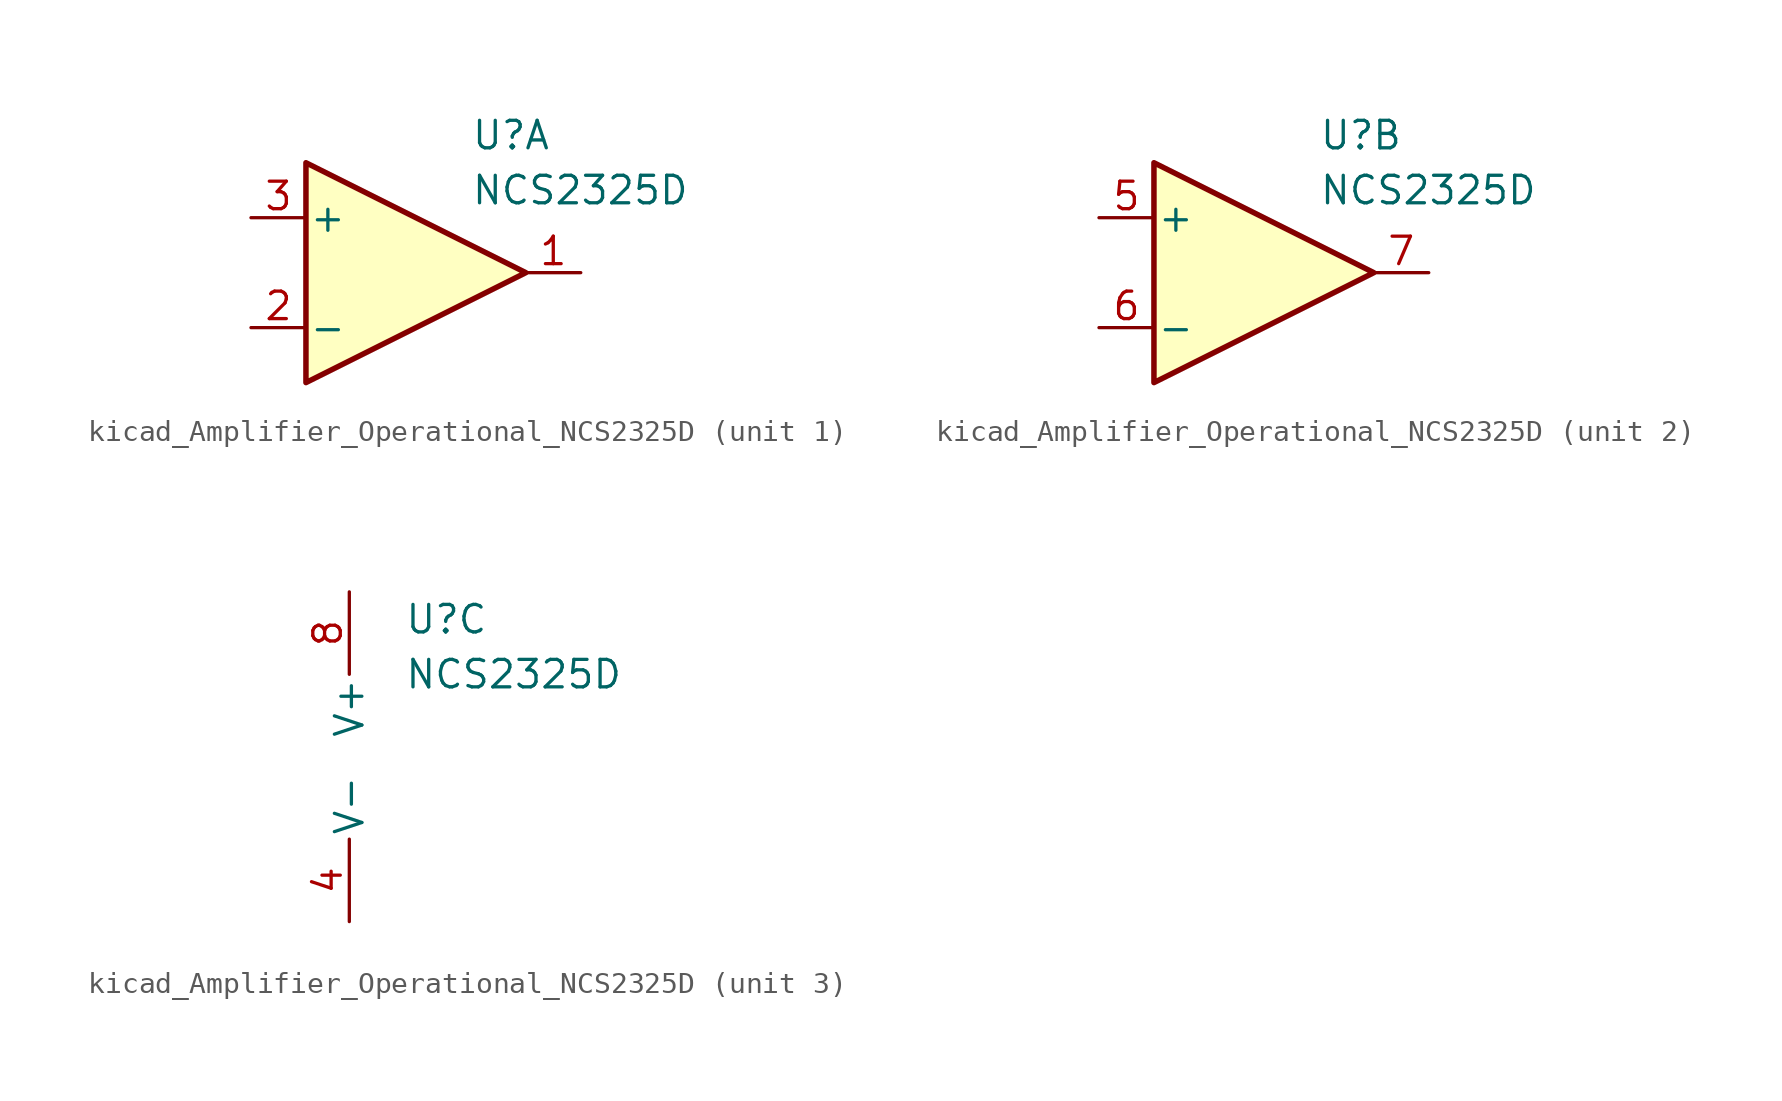
<source format=kicad_sym>
(kicad_symbol_lib
  (version 20220914)
  (generator kicad_symbol_editor)
  (symbol "kicad_Amplifier_Operational_NCS2325D"
    (pin_names
      (offset 0.127))
    (property "Reference" "U"
      (at 2.54 6.35 0)
      (effects (font (size 1.27 1.27)) (justify left)))
    (property "Value" "NCS2325D"
      (at 2.54 3.81 0)
      (effects (font (size 1.27 1.27)) (justify left)))
    (property "ki_locked" ""
      (at 0 0 0)
      (effects (font (size 1.27 1.27))))
    (symbol "kicad_Amplifier_Operational_NCS2325D_1_1"
      (polyline (pts (xy 5.08 0) (xy -5.08 5.08) (xy -5.08 -5.08) (xy 5.08 0)) (stroke (width 0.254) (type default)) (fill (type background)))
      (pin output line (at 7.62 0 180) (length 2.54) (name "~" (effects (font (size 1.27 1.27)))) (number "1" (effects (font (size 1.27 1.27)))))
      (pin input line (at -7.62 -2.54 0) (length 2.54) (name "-" (effects (font (size 1.27 1.27)))) (number "2" (effects (font (size 1.27 1.27)))))
      (pin input line (at -7.62 2.54 0) (length 2.54) (name "+" (effects (font (size 1.27 1.27)))) (number "3" (effects (font (size 1.27 1.27))))))
    (symbol "kicad_Amplifier_Operational_NCS2325D_2_1"
      (polyline (pts (xy 5.08 0) (xy -5.08 5.08) (xy -5.08 -5.08) (xy 5.08 0)) (stroke (width 0.254) (type default)) (fill (type background)))
      (pin input line (at -7.62 2.54 0) (length 2.54) (name "+" (effects (font (size 1.27 1.27)))) (number "5" (effects (font (size 1.27 1.27)))))
      (pin input line (at -7.62 -2.54 0) (length 2.54) (name "-" (effects (font (size 1.27 1.27)))) (number "6" (effects (font (size 1.27 1.27)))))
      (pin output line (at 7.62 0 180) (length 2.54) (name "~" (effects (font (size 1.27 1.27)))) (number "7" (effects (font (size 1.27 1.27))))))
    (symbol "kicad_Amplifier_Operational_NCS2325D_3_1"
      (pin power_in line (at 0 -7.62 90) (length 3.81) (name "V-" (effects (font (size 1.27 1.27)))) (number "4" (effects (font (size 1.27 1.27)))))
      (pin power_in line (at 0 7.62 270) (length 3.81) (name "V+" (effects (font (size 1.27 1.27)))) (number "8" (effects (font (size 1.27 1.27))))))))
</source>
